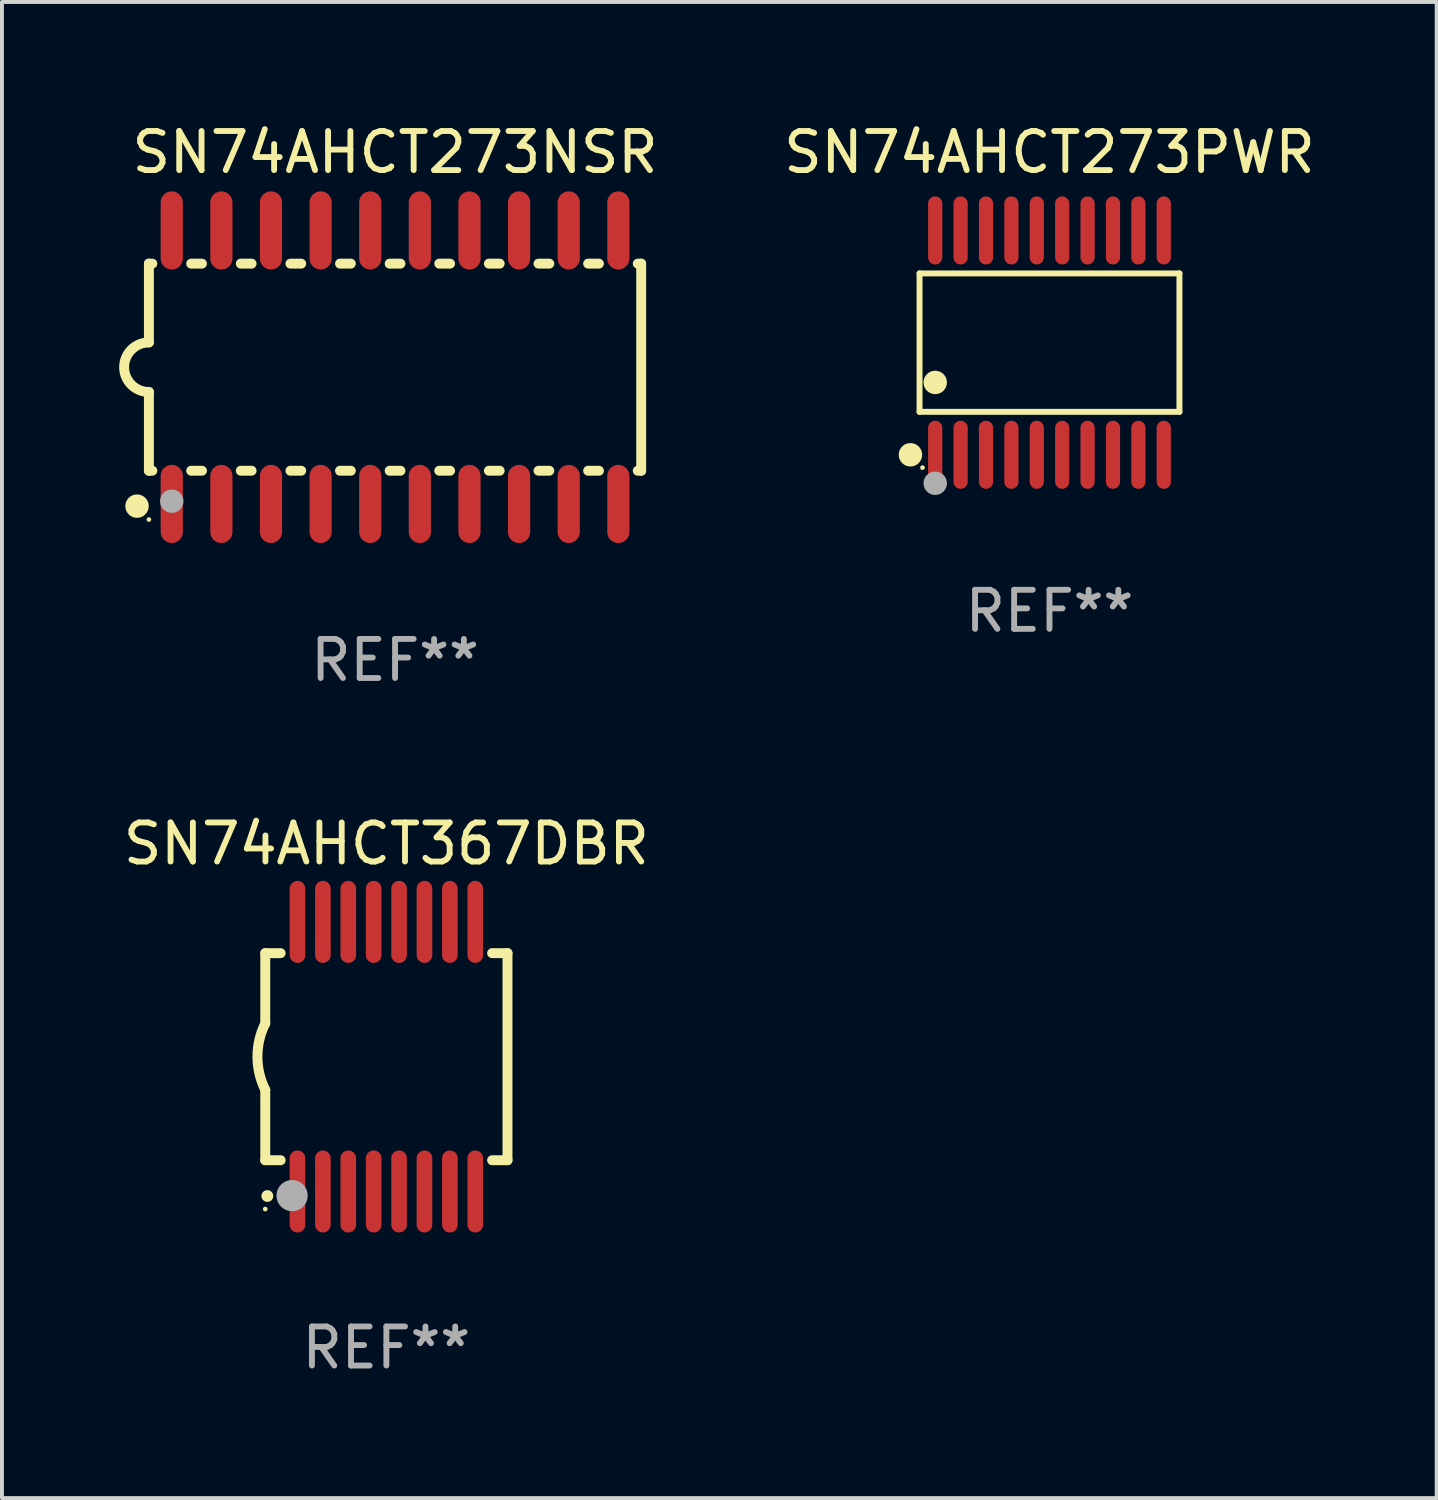
<source format=kicad_pcb>
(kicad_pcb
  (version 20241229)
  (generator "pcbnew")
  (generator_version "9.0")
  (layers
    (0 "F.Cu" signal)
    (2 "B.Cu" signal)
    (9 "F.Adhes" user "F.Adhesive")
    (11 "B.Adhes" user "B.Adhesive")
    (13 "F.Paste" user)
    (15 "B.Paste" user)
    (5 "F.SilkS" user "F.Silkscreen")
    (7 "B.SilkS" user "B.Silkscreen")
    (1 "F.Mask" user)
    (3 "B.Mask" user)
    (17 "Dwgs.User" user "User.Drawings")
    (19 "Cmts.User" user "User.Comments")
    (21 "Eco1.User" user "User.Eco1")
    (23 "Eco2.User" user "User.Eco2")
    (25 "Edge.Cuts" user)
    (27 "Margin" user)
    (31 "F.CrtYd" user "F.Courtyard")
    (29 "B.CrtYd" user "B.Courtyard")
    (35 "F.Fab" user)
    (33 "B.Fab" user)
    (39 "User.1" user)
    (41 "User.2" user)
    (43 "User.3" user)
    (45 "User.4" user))
  (footprint "SN74AHCT273NSR"
    (layer "F.Cu")
    (at 7.061 6.348)
    (property "Reference" "SN74AHCT273NSR" (at 0 -5.5 0) (layer "F.SilkS") (effects (font (size 1 1) (thickness 0.15))))
    (attr through_hole)
    (fp_line (start -6.3 -2.65) (end -6.3 -0.635) (stroke (width 0.254) (type solid)) (layer "F.SilkS"))
    (fp_line (start -6.3 -2.65) (end -6.212 -2.65) (stroke (width 0.254) (type solid)) (layer "F.SilkS"))
    (fp_line (start -6.3 2.65) (end -6.3 0.635) (stroke (width 0.254) (type solid)) (layer "F.SilkS"))
    (fp_line (start -6.3 2.65) (end -6.212 2.65) (stroke (width 0.254) (type solid)) (layer "F.SilkS"))
    (fp_line (start -5.218 -2.65) (end -4.942 -2.65) (stroke (width 0.254) (type solid)) (layer "F.SilkS"))
    (fp_line (start -5.218 2.65) (end -4.942 2.65) (stroke (width 0.254) (type solid)) (layer "F.SilkS"))
    (fp_line (start -3.948 -2.65) (end -3.672 -2.65) (stroke (width 0.254) (type solid)) (layer "F.SilkS"))
    (fp_line (start -3.948 2.65) (end -3.672 2.65) (stroke (width 0.254) (type solid)) (layer "F.SilkS"))
    (fp_line (start -2.678 -2.65) (end -2.402 -2.65) (stroke (width 0.254) (type solid)) (layer "F.SilkS"))
    (fp_line (start -2.678 2.65) (end -2.402 2.65) (stroke (width 0.254) (type solid)) (layer "F.SilkS"))
    (fp_line (start -1.408 -2.65) (end -1.132 -2.65) (stroke (width 0.254) (type solid)) (layer "F.SilkS"))
    (fp_line (start -1.408 2.65) (end -1.132 2.65) (stroke (width 0.254) (type solid)) (layer "F.SilkS"))
    (fp_line (start -0.138 -2.65) (end 0.138 -2.65) (stroke (width 0.254) (type solid)) (layer "F.SilkS"))
    (fp_line (start -0.138 2.65) (end 0.138 2.65) (stroke (width 0.254) (type solid)) (layer "F.SilkS"))
    (fp_line (start 1.132 -2.65) (end 1.408 -2.65) (stroke (width 0.254) (type solid)) (layer "F.SilkS"))
    (fp_line (start 1.132 2.65) (end 1.408 2.65) (stroke (width 0.254) (type solid)) (layer "F.SilkS"))
    (fp_line (start 2.402 -2.65) (end 2.678 -2.65) (stroke (width 0.254) (type solid)) (layer "F.SilkS"))
    (fp_line (start 2.402 2.65) (end 2.678 2.65) (stroke (width 0.254) (type solid)) (layer "F.SilkS"))
    (fp_line (start 3.672 -2.65) (end 3.948 -2.65) (stroke (width 0.254) (type solid)) (layer "F.SilkS"))
    (fp_line (start 3.672 2.65) (end 3.948 2.65) (stroke (width 0.254) (type solid)) (layer "F.SilkS"))
    (fp_line (start 4.942 -2.65) (end 5.218 -2.65) (stroke (width 0.254) (type solid)) (layer "F.SilkS"))
    (fp_line (start 4.942 2.65) (end 5.218 2.65) (stroke (width 0.254) (type solid)) (layer "F.SilkS"))
    (fp_line (start 6.212 -2.65) (end 6.3 -2.65) (stroke (width 0.254) (type solid)) (layer "F.SilkS"))
    (fp_line (start 6.212 2.65) (end 6.3 2.65) (stroke (width 0.254) (type solid)) (layer "F.SilkS"))
    (fp_line (start 6.3 -2.65) (end 6.3 2.65) (stroke (width 0.254) (type solid)) (layer "F.SilkS"))
    (fp_arc (start -6.299975 0.634874) (mid -6.933579 0.000127) (end -6.299213 -0.633858) (stroke (width 0.254001) (type solid)) (layer "F.SilkS"))
    (fp_circle (center -6.604 3.556) (end -6.454 3.556) (stroke (width 0.3) (type solid)) (fill no) (layer "F.SilkS"))
    (fp_circle (center -6.3 3.9) (end -6.27 3.9) (stroke (width 0.06) (type solid)) (fill no) (layer "F.SilkS"))
    (fp_circle (center -5.715 3.429) (end -5.565 3.429) (stroke (width 0.3) (type solid)) (fill no) (layer "F.Fab"))
    (fp_text user "REF**" (at 0 7.5 0) (layer "F.Fab") (effects (font (size 1 1) (thickness 0.15))))
    (pad "1" smd oval (at -5.715 3.5) (size 0.568 2) (layers "F.Cu" "F.Mask" "F.Paste"))
    (pad "2" smd oval (at -4.445 3.5) (size 0.568 2) (layers "F.Cu" "F.Mask" "F.Paste"))
    (pad "3" smd oval (at -3.175 3.5) (size 0.568 2) (layers "F.Cu" "F.Mask" "F.Paste"))
    (pad "4" smd oval (at -1.905 3.5) (size 0.568 2) (layers "F.Cu" "F.Mask" "F.Paste"))
    (pad "5" smd oval (at -0.635 3.5) (size 0.568 2) (layers "F.Cu" "F.Mask" "F.Paste"))
    (pad "6" smd oval (at 0.635 3.5) (size 0.568 2) (layers "F.Cu" "F.Mask" "F.Paste"))
    (pad "7" smd oval (at 1.905 3.5) (size 0.568 2) (layers "F.Cu" "F.Mask" "F.Paste"))
    (pad "8" smd oval (at 3.175 3.5) (size 0.568 2) (layers "F.Cu" "F.Mask" "F.Paste"))
    (pad "9" smd oval (at 4.445 3.5) (size 0.568 2) (layers "F.Cu" "F.Mask" "F.Paste"))
    (pad "10" smd oval (at 5.715 3.5) (size 0.568 2) (layers "F.Cu" "F.Mask" "F.Paste"))
    (pad "11" smd oval (at 5.715 -3.5) (size 0.568 2) (layers "F.Cu" "F.Mask" "F.Paste"))
    (pad "12" smd oval (at 4.445 -3.5) (size 0.568 2) (layers "F.Cu" "F.Mask" "F.Paste"))
    (pad "13" smd oval (at 3.175 -3.5) (size 0.568 2) (layers "F.Cu" "F.Mask" "F.Paste"))
    (pad "14" smd oval (at 1.905 -3.5) (size 0.568 2) (layers "F.Cu" "F.Mask" "F.Paste"))
    (pad "15" smd oval (at 0.635 -3.5) (size 0.568 2) (layers "F.Cu" "F.Mask" "F.Paste"))
    (pad "16" smd oval (at -0.635 -3.5) (size 0.568 2) (layers "F.Cu" "F.Mask" "F.Paste"))
    (pad "17" smd oval (at -1.905 -3.5) (size 0.568 2) (layers "F.Cu" "F.Mask" "F.Paste"))
    (pad "18" smd oval (at -3.175 -3.5) (size 0.568 2) (layers "F.Cu" "F.Mask" "F.Paste"))
    (pad "19" smd oval (at -4.445 -3.5) (size 0.568 2) (layers "F.Cu" "F.Mask" "F.Paste"))
    (pad "20" smd oval (at -5.715 -3.5) (size 0.568 2) (layers "F.Cu" "F.Mask" "F.Paste")))
  (footprint "SN74AHCT367DBR"
    (layer "F.Cu")
    (at 6.839 23.995)
    (property "Reference" "SN74AHCT367DBR" (at 0 -5.45 0) (layer "F.SilkS") (effects (font (size 1 1) (thickness 0.15))))
    (attr through_hole)
    (fp_line (start -3.1 -2.65) (end -3.1 -0.85) (stroke (width 0.254) (type solid)) (layer "F.SilkS"))
    (fp_line (start -3.1 -2.65) (end -2.706 -2.65) (stroke (width 0.254) (type solid)) (layer "F.SilkS"))
    (fp_line (start -3.1 2.65) (end -3.1 0.85) (stroke (width 0.254) (type solid)) (layer "F.SilkS"))
    (fp_line (start -3.1 2.65) (end -2.706 2.65) (stroke (width 0.254) (type solid)) (layer "F.SilkS"))
    (fp_line (start 2.706 -2.65) (end 3.1 -2.65) (stroke (width 0.254) (type solid)) (layer "F.SilkS"))
    (fp_line (start 2.706 2.65) (end 3.1 2.65) (stroke (width 0.254) (type solid)) (layer "F.SilkS"))
    (fp_line (start 3.1 -2.65) (end 3.1 2.65) (stroke (width 0.254) (type solid)) (layer "F.SilkS"))
    (fp_arc (start -3.098907 0.850902) (mid -3.300057 0.000523) (end -3.1 -0.850114) (stroke (width 0.254001) (type solid)) (layer "F.SilkS"))
    (fp_arc (start -3.048006 3.566066) (mid -3.046736 3.566061) (end -3.045466 3.566066) (stroke (width 0.3) (type solid)) (layer "F.SilkS"))
    (fp_circle (center -3.1 3.9) (end -3.07 3.9) (stroke (width 0.06) (type solid)) (fill no) (layer "F.SilkS"))
    (fp_circle (center -2.413 3.556) (end -2.213 3.556) (stroke (width 0.4) (type solid)) (fill no) (layer "F.Fab"))
    (fp_text user "REF**" (at 0 7.45 0) (layer "F.Fab") (effects (font (size 1 1) (thickness 0.15))))
    (pad "1" smd oval (at -2.275 3.45 180) (size 0.4 2.1) (layers "F.Cu" "F.Mask" "F.Paste"))
    (pad "2" smd oval (at -1.625 3.45 180) (size 0.4 2.1) (layers "F.Cu" "F.Mask" "F.Paste"))
    (pad "3" smd oval (at -0.975 3.45 180) (size 0.4 2.1) (layers "F.Cu" "F.Mask" "F.Paste"))
    (pad "4" smd oval (at -0.325 3.45 180) (size 0.4 2.1) (layers "F.Cu" "F.Mask" "F.Paste"))
    (pad "5" smd oval (at 0.325 3.45 180) (size 0.4 2.1) (layers "F.Cu" "F.Mask" "F.Paste"))
    (pad "6" smd oval (at 0.975 3.45 180) (size 0.4 2.1) (layers "F.Cu" "F.Mask" "F.Paste"))
    (pad "7" smd oval (at 1.625 3.45 180) (size 0.4 2.1) (layers "F.Cu" "F.Mask" "F.Paste"))
    (pad "8" smd oval (at 2.275 3.45 180) (size 0.4 2.1) (layers "F.Cu" "F.Mask" "F.Paste"))
    (pad "9" smd oval (at 2.275 -3.45 180) (size 0.4 2.1) (layers "F.Cu" "F.Mask" "F.Paste"))
    (pad "10" smd oval (at 1.625 -3.45 180) (size 0.4 2.1) (layers "F.Cu" "F.Mask" "F.Paste"))
    (pad "11" smd oval (at 0.975 -3.45 180) (size 0.4 2.1) (layers "F.Cu" "F.Mask" "F.Paste"))
    (pad "12" smd oval (at 0.325 -3.45 180) (size 0.4 2.1) (layers "F.Cu" "F.Mask" "F.Paste"))
    (pad "13" smd oval (at -0.325 -3.45 180) (size 0.4 2.1) (layers "F.Cu" "F.Mask" "F.Paste"))
    (pad "14" smd oval (at -0.975 -3.45 180) (size 0.4 2.1) (layers "F.Cu" "F.Mask" "F.Paste"))
    (pad "15" smd oval (at -1.625 -3.45 180) (size 0.4 2.1) (layers "F.Cu" "F.Mask" "F.Paste"))
    (pad "16" smd oval (at -2.275 -3.45 180) (size 0.4 2.1) (layers "F.Cu" "F.Mask" "F.Paste")))
  (footprint "SN74AHCT273PWR"
    (layer "F.Cu")
    (at 23.811 5.719)
    (property "Reference" "SN74AHCT273PWR" (at 0 -4.871 0) (layer "F.SilkS") (effects (font (size 1 1) (thickness 0.15))))
    (attr through_hole)
    (fp_line (start -3.326 -1.771) (end 3.326 -1.771) (stroke (width 0.152) (type solid)) (layer "F.SilkS"))
    (fp_line (start -3.326 1.771) (end -3.326 -1.771) (stroke (width 0.152) (type solid)) (layer "F.SilkS"))
    (fp_line (start 3.326 -1.771) (end 3.326 1.771) (stroke (width 0.152) (type solid)) (layer "F.SilkS"))
    (fp_line (start 3.326 1.771) (end -3.326 1.771) (stroke (width 0.152) (type solid)) (layer "F.SilkS"))
    (fp_circle (center -3.559 2.871) (end -3.409 2.871) (stroke (width 0.3) (type solid)) (fill no) (layer "F.SilkS"))
    (fp_circle (center -3.25 3.2) (end -3.22 3.2) (stroke (width 0.06) (type solid)) (fill no) (layer "F.SilkS"))
    (fp_circle (center -2.925 1.019) (end -2.775 1.019) (stroke (width 0.3) (type solid)) (fill no) (layer "F.SilkS"))
    (fp_circle (center -2.925 3.6) (end -2.775 3.6) (stroke (width 0.3) (type solid)) (fill no) (layer "F.Fab"))
    (fp_text user "REF**" (at 0 6.871 0) (layer "F.Fab") (effects (font (size 1 1) (thickness 0.15))))
    (pad "1" smd oval (at -2.925 2.871) (size 0.364 1.742) (layers "F.Cu" "F.Mask" "F.Paste"))
    (pad "2" smd oval (at -2.275 2.871) (size 0.364 1.742) (layers "F.Cu" "F.Mask" "F.Paste"))
    (pad "3" smd oval (at -1.625 2.871) (size 0.364 1.742) (layers "F.Cu" "F.Mask" "F.Paste"))
    (pad "4" smd oval (at -0.975 2.871) (size 0.364 1.742) (layers "F.Cu" "F.Mask" "F.Paste"))
    (pad "5" smd oval (at -0.325 2.871) (size 0.364 1.742) (layers "F.Cu" "F.Mask" "F.Paste"))
    (pad "6" smd oval (at 0.325 2.871) (size 0.364 1.742) (layers "F.Cu" "F.Mask" "F.Paste"))
    (pad "7" smd oval (at 0.975 2.871) (size 0.364 1.742) (layers "F.Cu" "F.Mask" "F.Paste"))
    (pad "8" smd oval (at 1.625 2.871) (size 0.364 1.742) (layers "F.Cu" "F.Mask" "F.Paste"))
    (pad "9" smd oval (at 2.275 2.871) (size 0.364 1.742) (layers "F.Cu" "F.Mask" "F.Paste"))
    (pad "10" smd oval (at 2.925 2.871) (size 0.364 1.742) (layers "F.Cu" "F.Mask" "F.Paste"))
    (pad "11" smd oval (at 2.925 -2.871) (size 0.364 1.742) (layers "F.Cu" "F.Mask" "F.Paste"))
    (pad "12" smd oval (at 2.275 -2.871) (size 0.364 1.742) (layers "F.Cu" "F.Mask" "F.Paste"))
    (pad "13" smd oval (at 1.625 -2.871) (size 0.364 1.742) (layers "F.Cu" "F.Mask" "F.Paste"))
    (pad "14" smd oval (at 0.975 -2.871) (size 0.364 1.742) (layers "F.Cu" "F.Mask" "F.Paste"))
    (pad "15" smd oval (at 0.325 -2.871) (size 0.364 1.742) (layers "F.Cu" "F.Mask" "F.Paste"))
    (pad "16" smd oval (at -0.325 -2.871) (size 0.364 1.742) (layers "F.Cu" "F.Mask" "F.Paste"))
    (pad "17" smd oval (at -0.975 -2.871) (size 0.364 1.742) (layers "F.Cu" "F.Mask" "F.Paste"))
    (pad "18" smd oval (at -1.625 -2.871) (size 0.364 1.742) (layers "F.Cu" "F.Mask" "F.Paste"))
    (pad "19" smd oval (at -2.275 -2.871) (size 0.364 1.742) (layers "F.Cu" "F.Mask" "F.Paste"))
    (pad "20" smd oval (at -2.925 -2.871) (size 0.364 1.742) (layers "F.Cu" "F.Mask" "F.Paste")))
  (gr_rect
    (start -3 -3)
    (end 33.721 35.293)
    (stroke (width 0.1) (type default))
    (fill no)
    (layer "Edge.Cuts")))
</source>
